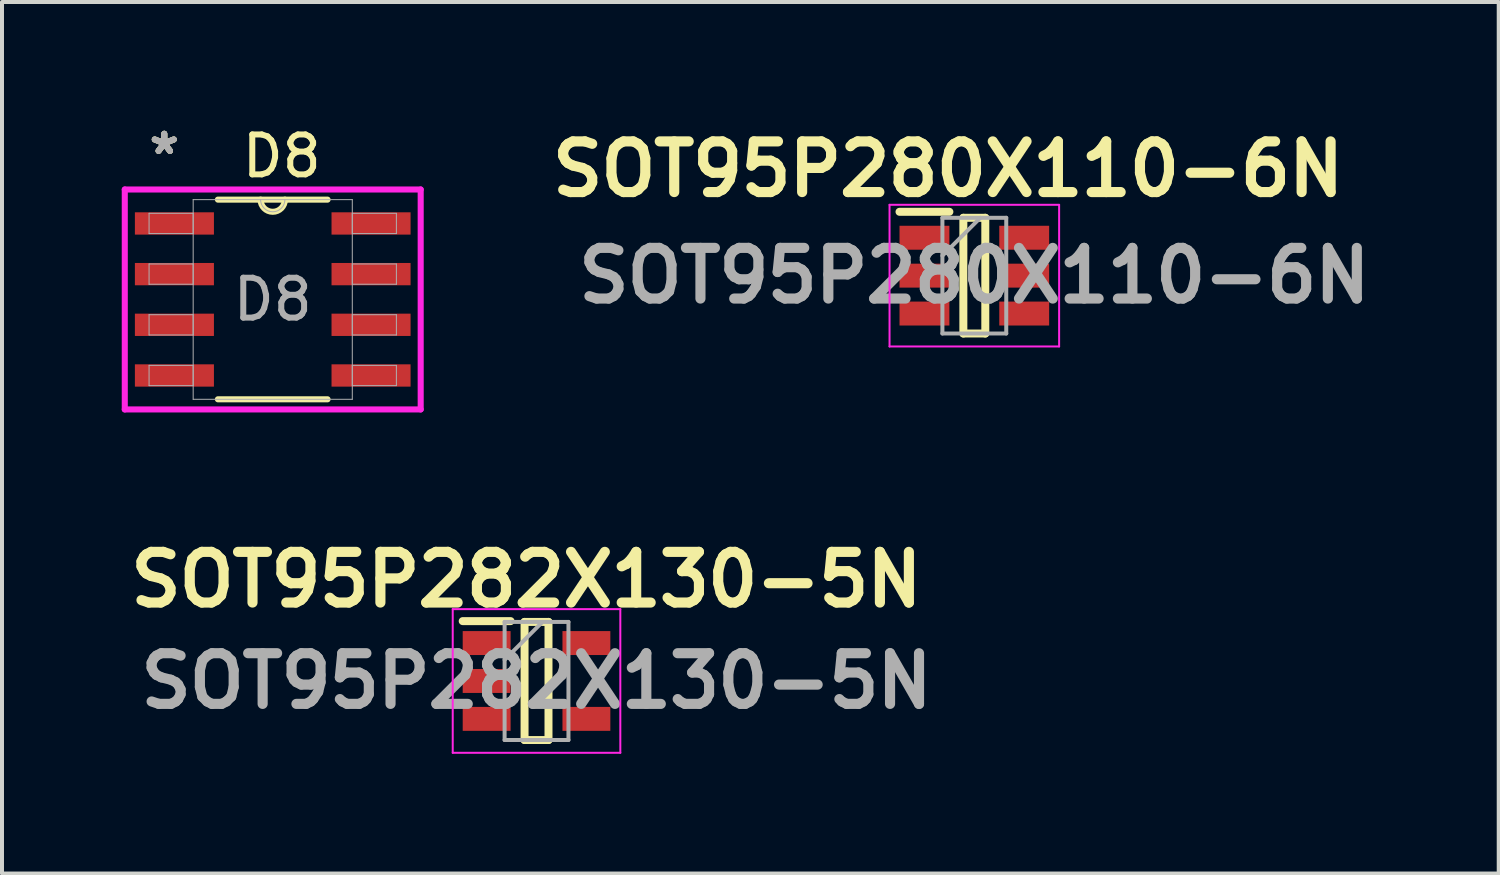
<source format=kicad_pcb>
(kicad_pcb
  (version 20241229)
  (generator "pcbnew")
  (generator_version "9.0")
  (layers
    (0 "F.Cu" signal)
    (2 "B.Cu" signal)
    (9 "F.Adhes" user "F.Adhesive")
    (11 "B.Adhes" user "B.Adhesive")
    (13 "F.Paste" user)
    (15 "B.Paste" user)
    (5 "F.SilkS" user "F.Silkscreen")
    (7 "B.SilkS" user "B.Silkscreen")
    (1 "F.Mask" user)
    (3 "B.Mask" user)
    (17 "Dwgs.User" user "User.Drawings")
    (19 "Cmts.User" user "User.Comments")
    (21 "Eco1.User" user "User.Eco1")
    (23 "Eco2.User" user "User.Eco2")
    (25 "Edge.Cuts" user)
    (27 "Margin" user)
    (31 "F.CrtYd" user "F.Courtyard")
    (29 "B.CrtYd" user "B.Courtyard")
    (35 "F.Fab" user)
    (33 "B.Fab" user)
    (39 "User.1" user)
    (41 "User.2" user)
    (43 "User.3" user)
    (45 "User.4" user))
  (footprint "SOT95P280X110-6N"
    (layer "F.Cu")
    (at 21.368 3.858)
    (property "Reference" "SOT95P280X110-6N" (at -0.657 -2.669 0) (layer "F.SilkS") (effects (font (size 1.27 1.27) (thickness 0.254))))
    (attr smd)
    (fp_line (start -1.875 -1.6) (end -0.625 -1.6) (stroke (width 0.2) (type solid)) (layer "F.SilkS"))
    (fp_line (start -0.275 -1.45) (end 0.275 -1.45) (stroke (width 0.2) (type solid)) (layer "F.SilkS"))
    (fp_line (start -0.275 1.45) (end -0.275 -1.45) (stroke (width 0.2) (type solid)) (layer "F.SilkS"))
    (fp_line (start 0.275 -1.45) (end 0.275 1.45) (stroke (width 0.2) (type solid)) (layer "F.SilkS"))
    (fp_line (start 0.275 1.45) (end -0.275 1.45) (stroke (width 0.2) (type solid)) (layer "F.SilkS"))
    (fp_line (start -2.125 -1.775) (end 2.125 -1.775) (stroke (width 0.05) (type solid)) (layer "F.CrtYd"))
    (fp_line (start -2.125 1.775) (end -2.125 -1.775) (stroke (width 0.05) (type solid)) (layer "F.CrtYd"))
    (fp_line (start 2.125 -1.775) (end 2.125 1.775) (stroke (width 0.05) (type solid)) (layer "F.CrtYd"))
    (fp_line (start 2.125 1.775) (end -2.125 1.775) (stroke (width 0.05) (type solid)) (layer "F.CrtYd"))
    (fp_line (start -0.8 -1.45) (end 0.8 -1.45) (stroke (width 0.1) (type solid)) (layer "F.Fab"))
    (fp_line (start -0.8 -0.5) (end 0.15 -1.45) (stroke (width 0.1) (type solid)) (layer "F.Fab"))
    (fp_line (start -0.8 1.45) (end -0.8 -1.45) (stroke (width 0.1) (type solid)) (layer "F.Fab"))
    (fp_line (start 0.8 -1.45) (end 0.8 1.45) (stroke (width 0.1) (type solid)) (layer "F.Fab"))
    (fp_line (start 0.8 1.45) (end -0.8 1.45) (stroke (width 0.1) (type solid)) (layer "F.Fab"))
    (fp_text user "${REFERENCE}" (at 0 0 0) (layer "F.Fab") (effects (font (size 1.27 1.27) (thickness 0.254))))
    (pad "1" smd rect (at -1.25 -0.95 90) (size 0.6 1.25) (layers "F.Cu" "F.Mask" "F.Paste"))
    (pad "2" smd rect (at -1.25 0 90) (size 0.6 1.25) (layers "F.Cu" "F.Mask" "F.Paste"))
    (pad "3" smd rect (at -1.25 0.95 90) (size 0.6 1.25) (layers "F.Cu" "F.Mask" "F.Paste"))
    (pad "4" smd rect (at 1.25 0.95 90) (size 0.6 1.25) (layers "F.Cu" "F.Mask" "F.Paste"))
    (pad "5" smd rect (at 1.25 0 90) (size 0.6 1.25) (layers "F.Cu" "F.Mask" "F.Paste"))
    (pad "6" smd rect (at 1.25 -0.95 90) (size 0.6 1.25) (layers "F.Cu" "F.Mask" "F.Paste")))
  (footprint "SOT95P282X130-5N"
    (layer "F.Cu")
    (at 10.396 14.016)
    (property "Reference" "SOT95P282X130-5N" (at -0.254 -2.54 0) (layer "F.SilkS") (effects (font (size 1.27 1.27) (thickness 0.254))))
    (attr smd)
    (fp_line (start -1.85 -1.5) (end -0.65 -1.5) (stroke (width 0.2) (type solid)) (layer "F.SilkS"))
    (fp_line (start -0.3 -1.48) (end 0.3 -1.48) (stroke (width 0.2) (type solid)) (layer "F.SilkS"))
    (fp_line (start -0.3 1.48) (end -0.3 -1.48) (stroke (width 0.2) (type solid)) (layer "F.SilkS"))
    (fp_line (start 0.3 -1.48) (end 0.3 1.48) (stroke (width 0.2) (type solid)) (layer "F.SilkS"))
    (fp_line (start 0.3 1.48) (end -0.3 1.48) (stroke (width 0.2) (type solid)) (layer "F.SilkS"))
    (fp_line (start -2.1 -1.8) (end 2.1 -1.8) (stroke (width 0.05) (type solid)) (layer "F.CrtYd"))
    (fp_line (start -2.1 1.8) (end -2.1 -1.8) (stroke (width 0.05) (type solid)) (layer "F.CrtYd"))
    (fp_line (start 2.1 -1.8) (end 2.1 1.8) (stroke (width 0.05) (type solid)) (layer "F.CrtYd"))
    (fp_line (start 2.1 1.8) (end -2.1 1.8) (stroke (width 0.05) (type solid)) (layer "F.CrtYd"))
    (fp_line (start -0.8 -1.48) (end 0.8 -1.48) (stroke (width 0.1) (type solid)) (layer "F.Fab"))
    (fp_line (start -0.8 -0.53) (end 0.15 -1.48) (stroke (width 0.1) (type solid)) (layer "F.Fab"))
    (fp_line (start -0.8 1.48) (end -0.8 -1.48) (stroke (width 0.1) (type solid)) (layer "F.Fab"))
    (fp_line (start 0.8 -1.48) (end 0.8 1.48) (stroke (width 0.1) (type solid)) (layer "F.Fab"))
    (fp_line (start 0.8 1.48) (end -0.8 1.48) (stroke (width 0.1) (type solid)) (layer "F.Fab"))
    (fp_text user "${REFERENCE}" (at 0 0 0) (layer "F.Fab") (effects (font (size 1.27 1.27) (thickness 0.254))))
    (pad "1" smd rect (at -1.25 -0.95 90) (size 0.6 1.2) (layers "F.Cu" "F.Mask" "F.Paste"))
    (pad "2" smd rect (at -1.25 0 90) (size 0.6 1.2) (layers "F.Cu" "F.Mask" "F.Paste"))
    (pad "3" smd rect (at -1.25 0.95 90) (size 0.6 1.2) (layers "F.Cu" "F.Mask" "F.Paste"))
    (pad "4" smd rect (at 1.25 0.95 90) (size 0.6 1.2) (layers "F.Cu" "F.Mask" "F.Paste"))
    (pad "5" smd rect (at 1.25 -0.95 90) (size 0.6 1.2) (layers "F.Cu" "F.Mask" "F.Paste")))
  (footprint "D8"
    (layer "F.Cu")
    (at 3.785 4.455)
    (property "Reference" "D8" (at 0.226 -3.59 0) (unlocked yes) (layer "F.SilkS") (effects (font (size 1 1) (thickness 0.15))))
    (attr smd)
    (fp_line (start -1.374 2.502) (end 1.374 2.502) (stroke (width 0.152) (type solid)) (layer "F.SilkS"))
    (fp_line (start 1.374 -2.502) (end -1.374 -2.502) (stroke (width 0.152) (type solid)) (layer "F.SilkS"))
    (fp_arc (start 0.3048 -2.5019) (mid 0 -2.1971) (end -0.3048 -2.5019) (stroke (width 0.1524) (type solid)) (layer "F.SilkS"))
    (fp_line (start -3.708 -2.756) (end 3.708 -2.756) (stroke (width 0.152) (type solid)) (layer "F.CrtYd"))
    (fp_line (start -3.708 2.756) (end -3.708 -2.756) (stroke (width 0.152) (type solid)) (layer "F.CrtYd"))
    (fp_line (start 3.708 -2.756) (end 3.708 2.756) (stroke (width 0.152) (type solid)) (layer "F.CrtYd"))
    (fp_line (start 3.708 2.756) (end -3.708 2.756) (stroke (width 0.152) (type solid)) (layer "F.CrtYd"))
    (fp_line (start -3.099 -2.159) (end -3.099 -1.651) (stroke (width 0.025) (type solid)) (layer "F.Fab"))
    (fp_line (start -3.099 -1.651) (end -1.994 -1.651) (stroke (width 0.025) (type solid)) (layer "F.Fab"))
    (fp_line (start -3.099 -0.889) (end -3.099 -0.381) (stroke (width 0.025) (type solid)) (layer "F.Fab"))
    (fp_line (start -3.099 -0.381) (end -1.994 -0.381) (stroke (width 0.025) (type solid)) (layer "F.Fab"))
    (fp_line (start -3.099 0.381) (end -3.099 0.889) (stroke (width 0.025) (type solid)) (layer "F.Fab"))
    (fp_line (start -3.099 0.889) (end -1.994 0.889) (stroke (width 0.025) (type solid)) (layer "F.Fab"))
    (fp_line (start -3.099 1.651) (end -3.099 2.159) (stroke (width 0.025) (type solid)) (layer "F.Fab"))
    (fp_line (start -3.099 2.159) (end -1.994 2.159) (stroke (width 0.025) (type solid)) (layer "F.Fab"))
    (fp_line (start -1.994 -2.502) (end -1.994 2.502) (stroke (width 0.025) (type solid)) (layer "F.Fab"))
    (fp_line (start -1.994 -2.159) (end -3.099 -2.159) (stroke (width 0.025) (type solid)) (layer "F.Fab"))
    (fp_line (start -1.994 -1.651) (end -1.994 -2.159) (stroke (width 0.025) (type solid)) (layer "F.Fab"))
    (fp_line (start -1.994 -0.889) (end -3.099 -0.889) (stroke (width 0.025) (type solid)) (layer "F.Fab"))
    (fp_line (start -1.994 -0.381) (end -1.994 -0.889) (stroke (width 0.025) (type solid)) (layer "F.Fab"))
    (fp_line (start -1.994 0.381) (end -3.099 0.381) (stroke (width 0.025) (type solid)) (layer "F.Fab"))
    (fp_line (start -1.994 0.889) (end -1.994 0.381) (stroke (width 0.025) (type solid)) (layer "F.Fab"))
    (fp_line (start -1.994 1.651) (end -3.099 1.651) (stroke (width 0.025) (type solid)) (layer "F.Fab"))
    (fp_line (start -1.994 2.159) (end -1.994 1.651) (stroke (width 0.025) (type solid)) (layer "F.Fab"))
    (fp_line (start -1.994 2.502) (end 1.994 2.502) (stroke (width 0.025) (type solid)) (layer "F.Fab"))
    (fp_line (start 1.994 -2.502) (end -1.994 -2.502) (stroke (width 0.025) (type solid)) (layer "F.Fab"))
    (fp_line (start 1.994 -2.159) (end 1.994 -1.651) (stroke (width 0.025) (type solid)) (layer "F.Fab"))
    (fp_line (start 1.994 -1.651) (end 3.099 -1.651) (stroke (width 0.025) (type solid)) (layer "F.Fab"))
    (fp_line (start 1.994 -0.889) (end 1.994 -0.381) (stroke (width 0.025) (type solid)) (layer "F.Fab"))
    (fp_line (start 1.994 -0.381) (end 3.099 -0.381) (stroke (width 0.025) (type solid)) (layer "F.Fab"))
    (fp_line (start 1.994 0.381) (end 1.994 0.889) (stroke (width 0.025) (type solid)) (layer "F.Fab"))
    (fp_line (start 1.994 0.889) (end 3.099 0.889) (stroke (width 0.025) (type solid)) (layer "F.Fab"))
    (fp_line (start 1.994 1.651) (end 1.994 2.159) (stroke (width 0.025) (type solid)) (layer "F.Fab"))
    (fp_line (start 1.994 2.159) (end 3.099 2.159) (stroke (width 0.025) (type solid)) (layer "F.Fab"))
    (fp_line (start 1.994 2.502) (end 1.994 -2.502) (stroke (width 0.025) (type solid)) (layer "F.Fab"))
    (fp_line (start 3.099 -2.159) (end 1.994 -2.159) (stroke (width 0.025) (type solid)) (layer "F.Fab"))
    (fp_line (start 3.099 -1.651) (end 3.099 -2.159) (stroke (width 0.025) (type solid)) (layer "F.Fab"))
    (fp_line (start 3.099 -0.889) (end 1.994 -0.889) (stroke (width 0.025) (type solid)) (layer "F.Fab"))
    (fp_line (start 3.099 -0.381) (end 3.099 -0.889) (stroke (width 0.025) (type solid)) (layer "F.Fab"))
    (fp_line (start 3.099 0.381) (end 1.994 0.381) (stroke (width 0.025) (type solid)) (layer "F.Fab"))
    (fp_line (start 3.099 0.889) (end 3.099 0.381) (stroke (width 0.025) (type solid)) (layer "F.Fab"))
    (fp_line (start 3.099 1.651) (end 1.994 1.651) (stroke (width 0.025) (type solid)) (layer "F.Fab"))
    (fp_line (start 3.099 2.159) (end 3.099 1.651) (stroke (width 0.025) (type solid)) (layer "F.Fab"))
    (fp_arc (start 0.3048 -2.5019) (mid 0 -2.1971) (end -0.3048 -2.5019) (stroke (width 0.0254) (type solid)) (layer "F.Fab"))
    (fp_text user "*" (at -2.718 -3.607 0) (layer "F.SilkS") (effects (font (size 1 1) (thickness 0.15))))
    (fp_text user "*" (at -2.718 -3.607 0) (unlocked yes) (layer "F.SilkS") (effects (font (size 1 1) (thickness 0.15))))
    (fp_text user "*" (at -2.718 -3.607 0) (layer "F.Fab") (effects (font (size 1 1) (thickness 0.15))))
    (fp_text user "*" (at -2.718 -3.607 0) (unlocked yes) (layer "F.Fab") (effects (font (size 1 1) (thickness 0.15))))
    (fp_text user "${REFERENCE}" (at 0 0 0) (unlocked yes) (layer "F.Fab") (effects (font (size 1 1) (thickness 0.15))))
    (pad "1" smd rect (at -2.464 -1.905) (size 1.981 0.559) (layers "F.Cu" "F.Mask" "F.Paste"))
    (pad "2" smd rect (at -2.464 -0.635) (size 1.981 0.559) (layers "F.Cu" "F.Mask" "F.Paste"))
    (pad "3" smd rect (at -2.464 0.635) (size 1.981 0.559) (layers "F.Cu" "F.Mask" "F.Paste"))
    (pad "4" smd rect (at -2.464 1.905) (size 1.981 0.559) (layers "F.Cu" "F.Mask" "F.Paste"))
    (pad "5" smd rect (at 2.464 1.905) (size 1.981 0.559) (layers "F.Cu" "F.Mask" "F.Paste"))
    (pad "6" smd rect (at 2.464 0.635) (size 1.981 0.559) (layers "F.Cu" "F.Mask" "F.Paste"))
    (pad "7" smd rect (at 2.464 -0.635) (size 1.981 0.559) (layers "F.Cu" "F.Mask" "F.Paste"))
    (pad "8" smd rect (at 2.464 -1.905) (size 1.981 0.559) (layers "F.Cu" "F.Mask" "F.Paste")))
  (gr_rect
    (start -3 -3)
    (end 34.51 18.841)
    (stroke (width 0.1) (type default))
    (fill no)
    (layer "Edge.Cuts")))
</source>
